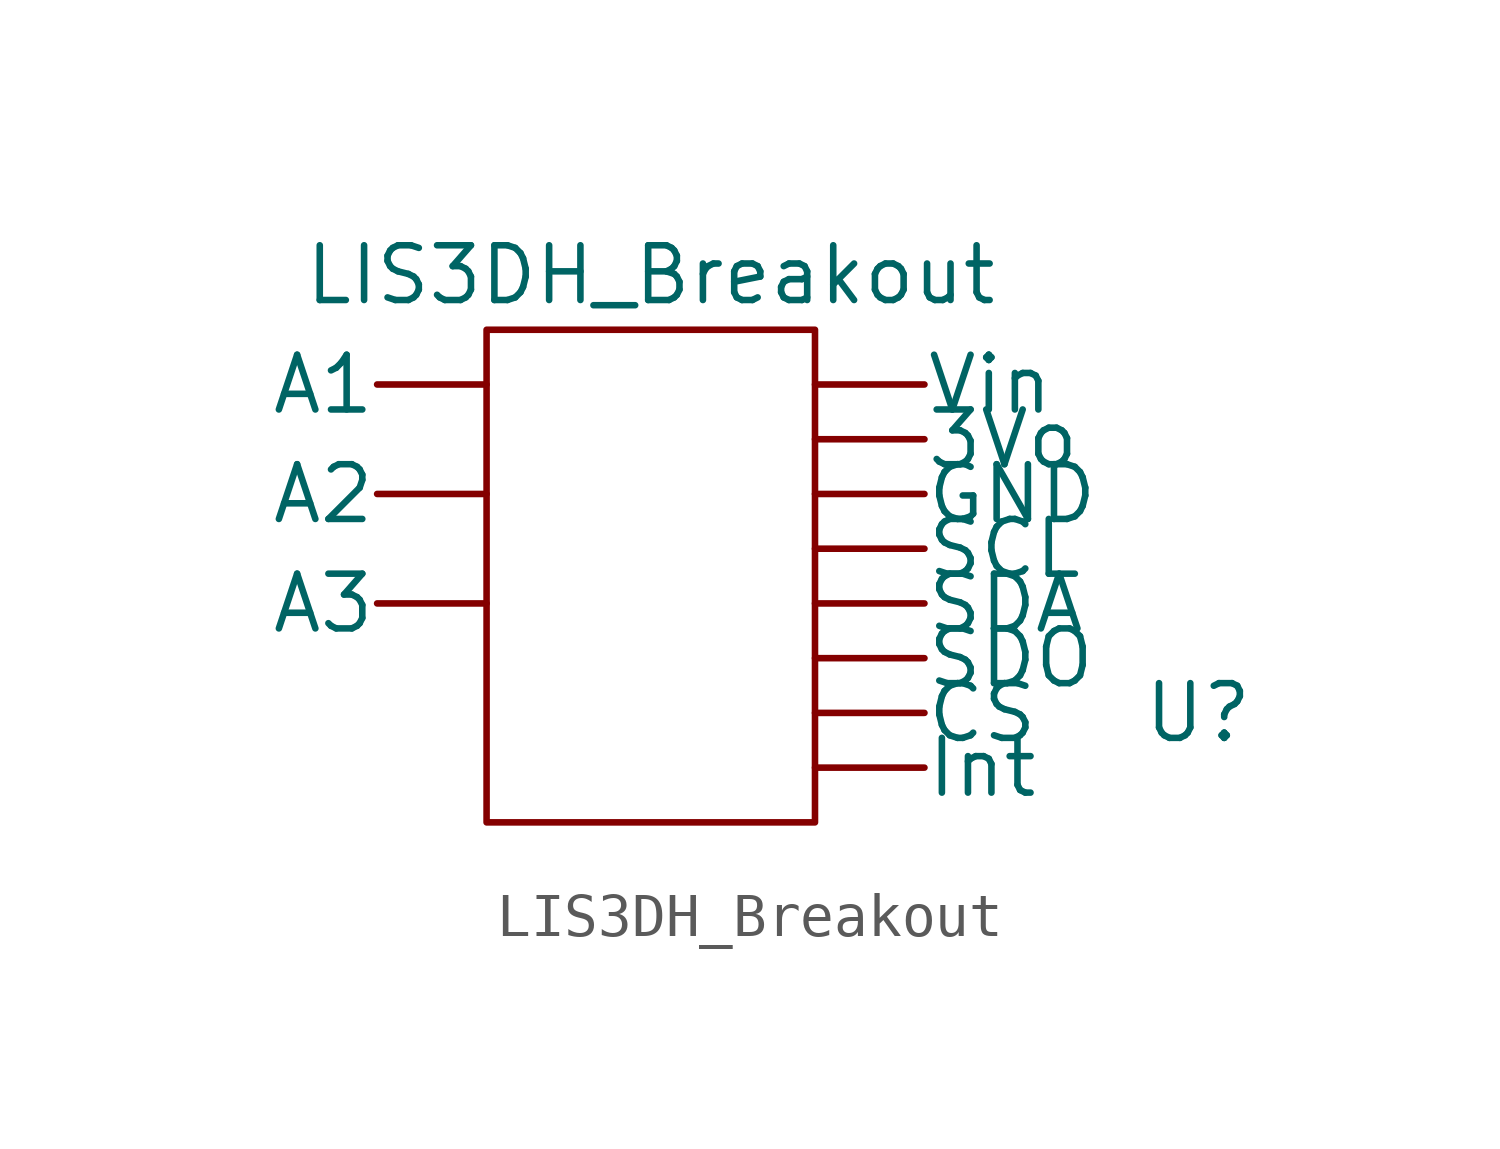
<source format=kicad_sym>
(kicad_symbol_lib
  (version 20211014)
  (generator kicad_symbol_editor)
  (symbol "LIS3DH_Breakout"
    (pin_names
      (offset 0.002))
    (property "Reference" "U"
      (at 12.7 -1.27 0)
      (effects (font (size 1.27 1.27))))
    (property "Value" "LIS3DH_Breakout"
      (at 0 8.89 0)
      (effects (font (size 1.27 1.27))))
    (symbol "LIS3DH_Breakout_0_1"
      (rectangle (start -3.81 7.62) (end 3.81 -3.81) (stroke (width 0) (type default) (color 0 0 0 0)) (fill (type none))))
    (symbol "LIS3DH_Breakout_1_1"
      (pin power_out line (at 3.81 5.08 0) (length 2.54) (name "3Vo" (effects (font (size 1.27 1.27)))) (number "" (effects (font (size 1.27 1.27)))))
      (pin unspecified line (at -3.81 6.35 180) (length 2.54) (name "A1" (effects (font (size 1.27 1.27)))) (number "" (effects (font (size 1.27 1.27)))))
      (pin unspecified line (at -3.81 3.81 180) (length 2.54) (name "A2" (effects (font (size 1.27 1.27)))) (number "" (effects (font (size 1.27 1.27)))))
      (pin unspecified line (at -3.81 1.27 180) (length 2.54) (name "A3" (effects (font (size 1.27 1.27)))) (number "" (effects (font (size 1.27 1.27)))))
      (pin unspecified line (at 3.81 -1.27 0) (length 2.54) (name "CS" (effects (font (size 1.27 1.27)))) (number "" (effects (font (size 1.27 1.27)))))
      (pin passive line (at 3.81 3.81 0) (length 2.54) (name "GND" (effects (font (size 1.27 1.27)))) (number "" (effects (font (size 1.27 1.27)))))
      (pin unspecified line (at 3.81 -2.54 0) (length 2.54) (name "Int" (effects (font (size 1.27 1.27)))) (number "" (effects (font (size 1.27 1.27)))))
      (pin unspecified line (at 3.81 2.54 0) (length 2.54) (name "SCL" (effects (font (size 1.27 1.27)))) (number "" (effects (font (size 1.27 1.27)))))
      (pin unspecified line (at 3.81 1.27 0) (length 2.54) (name "SDA" (effects (font (size 1.27 1.27)))) (number "" (effects (font (size 1.27 1.27)))))
      (pin unspecified line (at 3.81 0 0) (length 2.54) (name "SDO" (effects (font (size 1.27 1.27)))) (number "" (effects (font (size 1.27 1.27)))))
      (pin power_in line (at 3.81 6.35 0) (length 2.54) (name "Vin" (effects (font (size 1.27 1.27)))) (number "" (effects (font (size 1.27 1.27))))))))
</source>
